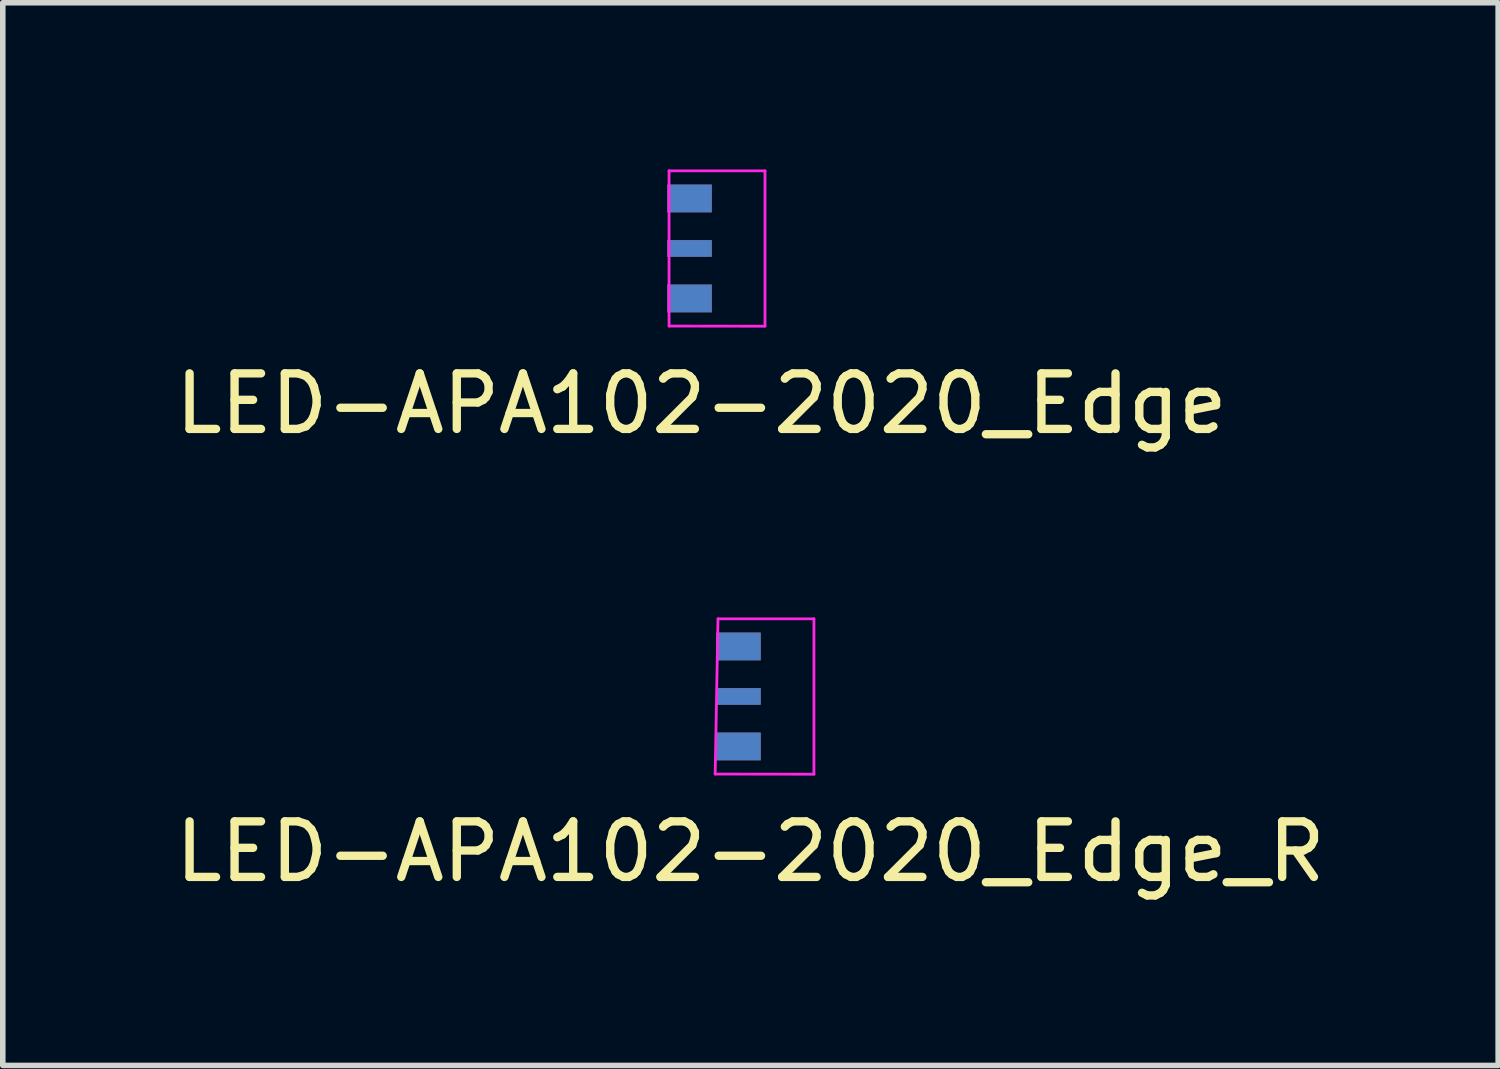
<source format=kicad_pcb>
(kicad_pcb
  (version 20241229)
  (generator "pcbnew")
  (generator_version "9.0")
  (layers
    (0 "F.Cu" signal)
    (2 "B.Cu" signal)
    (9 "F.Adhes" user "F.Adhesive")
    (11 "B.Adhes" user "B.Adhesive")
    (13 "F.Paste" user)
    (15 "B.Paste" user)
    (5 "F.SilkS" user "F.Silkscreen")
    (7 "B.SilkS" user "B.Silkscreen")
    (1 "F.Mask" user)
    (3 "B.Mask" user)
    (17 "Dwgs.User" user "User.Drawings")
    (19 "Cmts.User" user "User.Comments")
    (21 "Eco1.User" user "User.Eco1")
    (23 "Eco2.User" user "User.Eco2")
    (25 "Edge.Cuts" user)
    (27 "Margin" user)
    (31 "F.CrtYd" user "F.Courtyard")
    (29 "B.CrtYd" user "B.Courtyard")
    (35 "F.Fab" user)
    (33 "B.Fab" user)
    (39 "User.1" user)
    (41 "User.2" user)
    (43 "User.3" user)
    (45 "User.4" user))
  (footprint "LED-APA102-2020_Edge_R"
    (layer "F.Cu")
    (at 10.585 9.486)
    (property "Reference" "LED-APA102-2020_Edge_R" (at -0.127 2.794 0) (layer "F.SilkS") (effects (font (size 1 1) (thickness 0.15))))
    (attr smd)
    (fp_line (start -0.762 1.397) (end -0.711 -1.397) (stroke (width 0.05) (type solid)) (layer "F.CrtYd"))
    (fp_line (start -0.711 -1.397) (end 1.016 -1.397) (stroke (width 0.05) (type solid)) (layer "F.CrtYd"))
    (fp_line (start 1.016 -1.397) (end 1.016 1.397) (stroke (width 0.05) (type solid)) (layer "F.CrtYd"))
    (fp_line (start 1.016 1.4) (end -0.762 1.397) (stroke (width 0.05) (type solid)) (layer "F.CrtYd"))
    (pad "1" smd rect (at -0.342 0.9) (size 0.8 0.5) (layers "B.Cu" "B.Mask" "B.Paste"))
    (pad "2" smd rect (at -0.342 0) (size 0.8 0.3) (layers "B.Cu" "B.Mask" "B.Paste"))
    (pad "3" smd rect (at -0.342 -0.9) (size 0.8 0.5) (layers "B.Cu" "B.Mask" "B.Paste"))
    (pad "4" smd rect (at -0.342 -0.9) (size 0.8 0.5) (layers "F.Cu" "F.Mask" "F.Paste"))
    (pad "5" smd rect (at -0.342 0) (size 0.8 0.3) (layers "F.Cu" "F.Mask" "F.Paste"))
    (pad "6" smd rect (at -0.342 0.9) (size 0.8 0.5) (layers "F.Cu" "F.Mask" "F.Paste")))
  (footprint "LED-APA102-2020_Edge"
    (layer "F.Cu")
    (at 9.704 1.422)
    (property "Reference" "LED-APA102-2020_Edge" (at -0.127 2.794 0) (layer "F.SilkS") (effects (font (size 1 1) (thickness 0.15))))
    (attr smd)
    (fp_line (start -0.711 -1.397) (end -0.711 1.397) (stroke (width 0.05) (type solid)) (layer "F.CrtYd"))
    (fp_line (start -0.711 -1.397) (end 1.016 -1.397) (stroke (width 0.05) (type solid)) (layer "F.CrtYd"))
    (fp_line (start 1.016 -1.397) (end 1.016 1.397) (stroke (width 0.05) (type solid)) (layer "F.CrtYd"))
    (fp_line (start 1.016 1.4) (end -0.711 1.397) (stroke (width 0.05) (type solid)) (layer "F.CrtYd"))
    (pad "1" smd rect (at -0.342 -0.9) (size 0.8 0.5) (layers "F.Cu" "F.Mask" "F.Paste"))
    (pad "2" smd rect (at -0.342 0) (size 0.8 0.3) (layers "F.Cu" "F.Mask" "F.Paste"))
    (pad "3" smd rect (at -0.342 0.9) (size 0.8 0.5) (layers "F.Cu" "F.Mask" "F.Paste"))
    (pad "4" smd rect (at -0.342 0.9) (size 0.8 0.5) (layers "B.Cu" "B.Mask" "B.Paste"))
    (pad "5" smd rect (at -0.342 0) (size 0.8 0.3) (layers "B.Cu" "B.Mask" "B.Paste"))
    (pad "6" smd rect (at -0.342 -0.9) (size 0.8 0.5) (layers "B.Cu" "B.Mask" "B.Paste")))
  (gr_rect
    (start -3 -3)
    (end 23.917 16.128)
    (stroke (width 0.1) (type default))
    (fill no)
    (layer "Edge.Cuts")))
</source>
